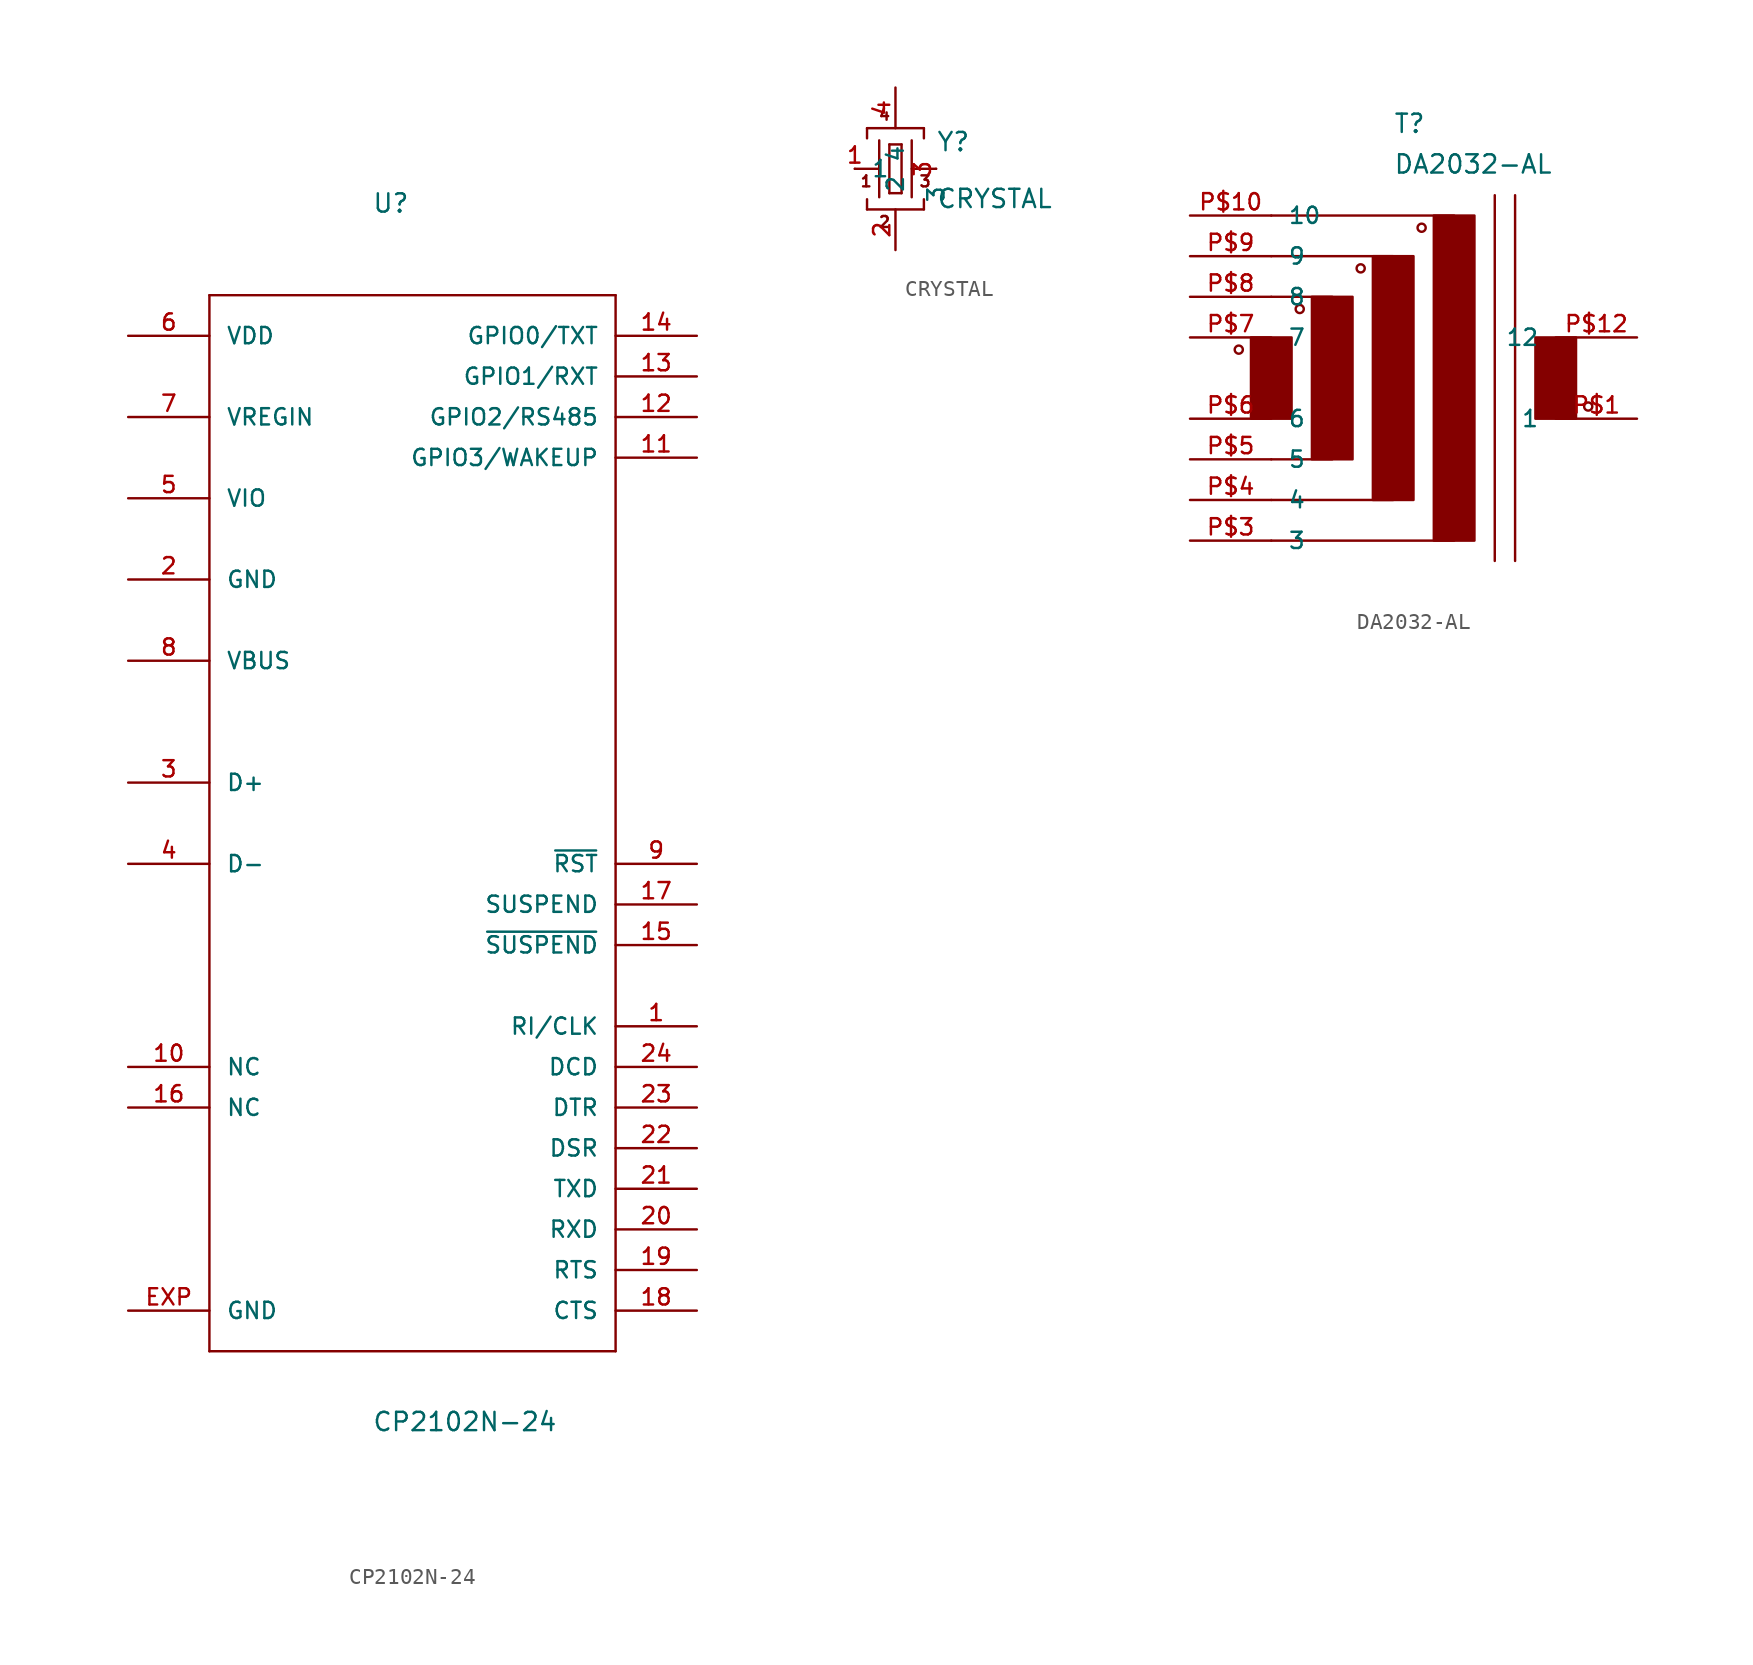
<source format=kicad_sym>
(kicad_symbol_lib
  (version 20220914)
  (generator kicad_symbol_editor)
  (symbol "CP2102N-24"
    (pin_names
      (offset 1.016))
    (property "Reference" "U"
      (at -2.54 38.1 0)
      (effects (font (size 1.143 1.143)) (justify left bottom)))
    (property "Value" "CP2102N-24"
      (at -2.54 -38.1 0)
      (effects (font (size 1.143 1.143)) (justify left bottom)))
    (property "ki_locked" ""
      (at 0 0 0)
      (effects (font (size 1.27 1.27))))
    (symbol "CP2102N-24_1_0"
      (polyline (pts (xy -12.7 -33.02) (xy -12.7 33.02)) (stroke (width 0) (type solid)) (fill (type none)))
      (polyline (pts (xy -12.7 33.02) (xy 12.7 33.02)) (stroke (width 0) (type solid)) (fill (type none)))
      (polyline (pts (xy 12.7 -33.02) (xy -12.7 -33.02)) (stroke (width 0) (type solid)) (fill (type none)))
      (polyline (pts (xy 12.7 33.02) (xy 12.7 -33.02)) (stroke (width 0) (type solid)) (fill (type none))))
    (symbol "CP2102N-24_1_1"
      (pin bidirectional line (at 17.78 -12.7 180) (length 5.08) (name "RI/CLK" (effects (font (size 1.016 1.016)))) (number "1" (effects (font (size 1.016 1.016)))))
      (pin unspecified line (at -17.78 -15.24 0) (length 5.08) (name "NC" (effects (font (size 1.016 1.016)))) (number "10" (effects (font (size 1.016 1.016)))))
      (pin bidirectional line (at 17.78 22.86 180) (length 5.08) (name "GPIO3/WAKEUP" (effects (font (size 1.016 1.016)))) (number "11" (effects (font (size 1.016 1.016)))))
      (pin bidirectional line (at 17.78 25.4 180) (length 5.08) (name "GPIO2/RS485" (effects (font (size 1.016 1.016)))) (number "12" (effects (font (size 1.016 1.016)))))
      (pin bidirectional line (at 17.78 27.94 180) (length 5.08) (name "GPIO1/RXT" (effects (font (size 1.016 1.016)))) (number "13" (effects (font (size 1.016 1.016)))))
      (pin bidirectional line (at 17.78 30.48 180) (length 5.08) (name "GPIO0/TXT" (effects (font (size 1.016 1.016)))) (number "14" (effects (font (size 1.016 1.016)))))
      (pin output line (at 17.78 -7.62 180) (length 5.08) (name "~{SUSPEND}" (effects (font (size 1.016 1.016)))) (number "15" (effects (font (size 1.016 1.016)))))
      (pin unspecified line (at -17.78 -17.78 0) (length 5.08) (name "NC" (effects (font (size 1.016 1.016)))) (number "16" (effects (font (size 1.016 1.016)))))
      (pin output line (at 17.78 -5.08 180) (length 5.08) (name "SUSPEND" (effects (font (size 1.016 1.016)))) (number "17" (effects (font (size 1.016 1.016)))))
      (pin input line (at 17.78 -30.48 180) (length 5.08) (name "CTS" (effects (font (size 1.016 1.016)))) (number "18" (effects (font (size 1.016 1.016)))))
      (pin output line (at 17.78 -27.94 180) (length 5.08) (name "RTS" (effects (font (size 1.016 1.016)))) (number "19" (effects (font (size 1.016 1.016)))))
      (pin power_in line (at -17.78 15.24 0) (length 5.08) (name "GND" (effects (font (size 1.016 1.016)))) (number "2" (effects (font (size 1.016 1.016)))))
      (pin input line (at 17.78 -25.4 180) (length 5.08) (name "RXD" (effects (font (size 1.016 1.016)))) (number "20" (effects (font (size 1.016 1.016)))))
      (pin output line (at 17.78 -22.86 180) (length 5.08) (name "TXD" (effects (font (size 1.016 1.016)))) (number "21" (effects (font (size 1.016 1.016)))))
      (pin input line (at 17.78 -20.32 180) (length 5.08) (name "DSR" (effects (font (size 1.016 1.016)))) (number "22" (effects (font (size 1.016 1.016)))))
      (pin output line (at 17.78 -17.78 180) (length 5.08) (name "DTR" (effects (font (size 1.016 1.016)))) (number "23" (effects (font (size 1.016 1.016)))))
      (pin input line (at 17.78 -15.24 180) (length 5.08) (name "DCD" (effects (font (size 1.016 1.016)))) (number "24" (effects (font (size 1.016 1.016)))))
      (pin input line (at -17.78 2.54 0) (length 5.08) (name "D+" (effects (font (size 1.016 1.016)))) (number "3" (effects (font (size 1.016 1.016)))))
      (pin input line (at -17.78 -2.54 0) (length 5.08) (name "D-" (effects (font (size 1.016 1.016)))) (number "4" (effects (font (size 1.016 1.016)))))
      (pin power_in line (at -17.78 20.32 0) (length 5.08) (name "VIO" (effects (font (size 1.016 1.016)))) (number "5" (effects (font (size 1.016 1.016)))))
      (pin power_in line (at -17.78 30.48 0) (length 5.08) (name "VDD" (effects (font (size 1.016 1.016)))) (number "6" (effects (font (size 1.016 1.016)))))
      (pin power_in line (at -17.78 25.4 0) (length 5.08) (name "VREGIN" (effects (font (size 1.016 1.016)))) (number "7" (effects (font (size 1.016 1.016)))))
      (pin power_in line (at -17.78 10.16 0) (length 5.08) (name "VBUS" (effects (font (size 1.016 1.016)))) (number "8" (effects (font (size 1.016 1.016)))))
      (pin bidirectional line (at 17.78 -2.54 180) (length 5.08) (name "~{RST}" (effects (font (size 1.016 1.016)))) (number "9" (effects (font (size 1.016 1.016)))))
      (pin power_in line (at -17.78 -30.48 0) (length 5.08) (name "GND" (effects (font (size 1.016 1.016)))) (number "EXP" (effects (font (size 1.016 1.016)))))))
  (symbol "CRYSTAL"
    (pin_names
      (offset 1.016))
    (property "Reference" "Y"
      (at 2.54 1.016 0)
      (effects (font (size 1.143 1.143)) (justify left bottom)))
    (property "Value" "CRYSTAL"
      (at 2.54 -2.54 0)
      (effects (font (size 1.143 1.143)) (justify left bottom)))
    (property "ki_locked" ""
      (at 0 0 0)
      (effects (font (size 1.27 1.27))))
    (symbol "CRYSTAL_1_0"
      (polyline (pts (xy -2.54 0) (xy -1.016 0)) (stroke (width 0) (type solid)) (fill (type none)))
      (polyline (pts (xy -1.778 -2.54) (xy -1.778 -1.905)) (stroke (width 0) (type solid)) (fill (type none)))
      (polyline (pts (xy -1.778 -2.54) (xy 1.778 -2.54)) (stroke (width 0) (type solid)) (fill (type none)))
      (polyline (pts (xy -1.778 1.905) (xy -1.778 2.54)) (stroke (width 0) (type solid)) (fill (type none)))
      (polyline (pts (xy -1.778 2.54) (xy 1.778 2.54)) (stroke (width 0) (type solid)) (fill (type none)))
      (polyline (pts (xy -1.016 1.778) (xy -1.016 -1.778)) (stroke (width 0) (type solid)) (fill (type none)))
      (polyline (pts (xy -0.381 -1.524) (xy 0.381 -1.524)) (stroke (width 0) (type solid)) (fill (type none)))
      (polyline (pts (xy -0.381 1.524) (xy -0.381 -1.524)) (stroke (width 0) (type solid)) (fill (type none)))
      (polyline (pts (xy 0.381 -1.524) (xy 0.381 1.524)) (stroke (width 0) (type solid)) (fill (type none)))
      (polyline (pts (xy 0.381 1.524) (xy -0.381 1.524)) (stroke (width 0) (type solid)) (fill (type none)))
      (polyline (pts (xy 1.016 0) (xy 2.54 0)) (stroke (width 0) (type solid)) (fill (type none)))
      (polyline (pts (xy 1.016 1.778) (xy 1.016 -1.778)) (stroke (width 0) (type solid)) (fill (type none)))
      (polyline (pts (xy 1.778 -1.905) (xy 1.778 -2.54)) (stroke (width 0) (type solid)) (fill (type none)))
      (polyline (pts (xy 1.778 2.54) (xy 1.778 1.905)) (stroke (width 0) (type solid)) (fill (type none)))
      (text "1" (at -1.829 -0.787 0) (effects (font (size 0.686 0.686))))
      (text "2" (at -0.686 -3.327 0) (effects (font (size 0.686 0.686))))
      (text "3" (at 1.854 -0.787 0) (effects (font (size 0.686 0.686))))
      (text "4" (at -0.686 3.378 0) (effects (font (size 0.686 0.686)))))
    (symbol "CRYSTAL_1_1"
      (pin passive line (at -2.54 0 0) (length 0) (name "1" (effects (font (size 1.016 1.016)))) (number "1" (effects (font (size 1.016 1.016)))))
      (pin passive line (at 0 -5.08 90) (length 2.54) (name "2" (effects (font (size 1.016 1.016)))) (number "2" (effects (font (size 1.016 1.016)))))
      (pin passive line (at 2.54 0 270) (length 0) (name "3" (effects (font (size 1.016 1.016)))) (number "3" (effects (font (size 1.016 1.016)))))
      (pin passive line (at 0 5.08 270) (length 2.54) (name "4" (effects (font (size 1.016 1.016)))) (number "4" (effects (font (size 1.016 1.016)))))))
  (symbol "DA2032-AL"
    (pin_names
      (offset 1.016))
    (property "Reference" "T"
      (at -7.62 15.24 0)
      (effects (font (size 1.143 1.143)) (justify left bottom)))
    (property "Value" "DA2032-AL"
      (at -7.62 12.7 0)
      (effects (font (size 1.143 1.143)) (justify left bottom)))
    (property "ki_locked" ""
      (at 0 0 0)
      (effects (font (size 1.27 1.27))))
    (symbol "DA2032-AL_1_0"
      (polyline (pts (xy -15.24 -10.16) (xy -3.81 -10.16)) (stroke (width 0) (type solid)) (fill (type none)))
      (polyline (pts (xy -15.24 -7.62) (xy -7.62 -7.62)) (stroke (width 0) (type solid)) (fill (type none)))
      (polyline (pts (xy -15.24 -5.08) (xy -11.43 -5.08)) (stroke (width 0) (type solid)) (fill (type none)))
      (polyline (pts (xy -15.24 5.08) (xy -11.43 5.08)) (stroke (width 0) (type solid)) (fill (type none)))
      (polyline (pts (xy -15.24 7.62) (xy -7.62 7.62)) (stroke (width 0) (type solid)) (fill (type none)))
      (polyline (pts (xy -15.24 10.16) (xy -3.81 10.16)) (stroke (width 0) (type solid)) (fill (type none)))
      (polyline (pts (xy -1.27 11.43) (xy -1.27 -11.43)) (stroke (width 0) (type solid)) (fill (type none)))
      (polyline (pts (xy 0 -11.43) (xy 0 11.43)) (stroke (width 0) (type solid)) (fill (type none))))
    (symbol "DA2032-AL_1_1"
      (circle (center -17.272 1.778) (radius 0.254) (stroke (width 0) (type solid)) (fill (type none)))
      (rectangle (start -16.51 -2.54) (end -13.97 2.54) (stroke (width 0) (type solid)) (fill (type outline)))
      (circle (center -13.462 4.318) (radius 0.254) (stroke (width 0) (type solid)) (fill (type none)))
      (rectangle (start -12.7 -5.08) (end -10.16 5.08) (stroke (width 0) (type solid)) (fill (type outline)))
      (circle (center -9.652 6.858) (radius 0.254) (stroke (width 0) (type solid)) (fill (type none)))
      (rectangle (start -8.89 -7.62) (end -6.35 7.62) (stroke (width 0) (type solid)) (fill (type outline)))
      (circle (center -5.842 9.398) (radius 0.254) (stroke (width 0) (type solid)) (fill (type none)))
      (rectangle (start -5.08 -10.16) (end -2.54 10.16) (stroke (width 0) (type solid)) (fill (type outline)))
      (rectangle (start 1.27 -2.54) (end 3.81 2.54) (stroke (width 0) (type solid)) (fill (type outline)))
      (circle (center 4.572 -1.778) (radius 0.254) (stroke (width 0) (type solid)) (fill (type none)))
      (pin passive line (at 7.62 -2.54 180) (length 5.08) (name "1" (effects (font (size 1.016 1.016)))) (number "P$1" (effects (font (size 1.016 1.016)))))
      (pin passive line (at -20.32 10.16 0) (length 5.08) (name "10" (effects (font (size 1.016 1.016)))) (number "P$10" (effects (font (size 1.016 1.016)))))
      (pin passive line (at 7.62 2.54 180) (length 5.08) (name "12" (effects (font (size 1.016 1.016)))) (number "P$12" (effects (font (size 1.016 1.016)))))
      (pin passive line (at -20.32 -10.16 0) (length 5.08) (name "3" (effects (font (size 1.016 1.016)))) (number "P$3" (effects (font (size 1.016 1.016)))))
      (pin passive line (at -20.32 -7.62 0) (length 5.08) (name "4" (effects (font (size 1.016 1.016)))) (number "P$4" (effects (font (size 1.016 1.016)))))
      (pin passive line (at -20.32 -5.08 0) (length 5.08) (name "5" (effects (font (size 1.016 1.016)))) (number "P$5" (effects (font (size 1.016 1.016)))))
      (pin passive line (at -20.32 -2.54 0) (length 5.08) (name "6" (effects (font (size 1.016 1.016)))) (number "P$6" (effects (font (size 1.016 1.016)))))
      (pin passive line (at -20.32 2.54 0) (length 5.08) (name "7" (effects (font (size 1.016 1.016)))) (number "P$7" (effects (font (size 1.016 1.016)))))
      (pin passive line (at -20.32 5.08 0) (length 5.08) (name "8" (effects (font (size 1.016 1.016)))) (number "P$8" (effects (font (size 1.016 1.016)))))
      (pin passive line (at -20.32 7.62 0) (length 5.08) (name "9" (effects (font (size 1.016 1.016)))) (number "P$9" (effects (font (size 1.016 1.016))))))))
</source>
